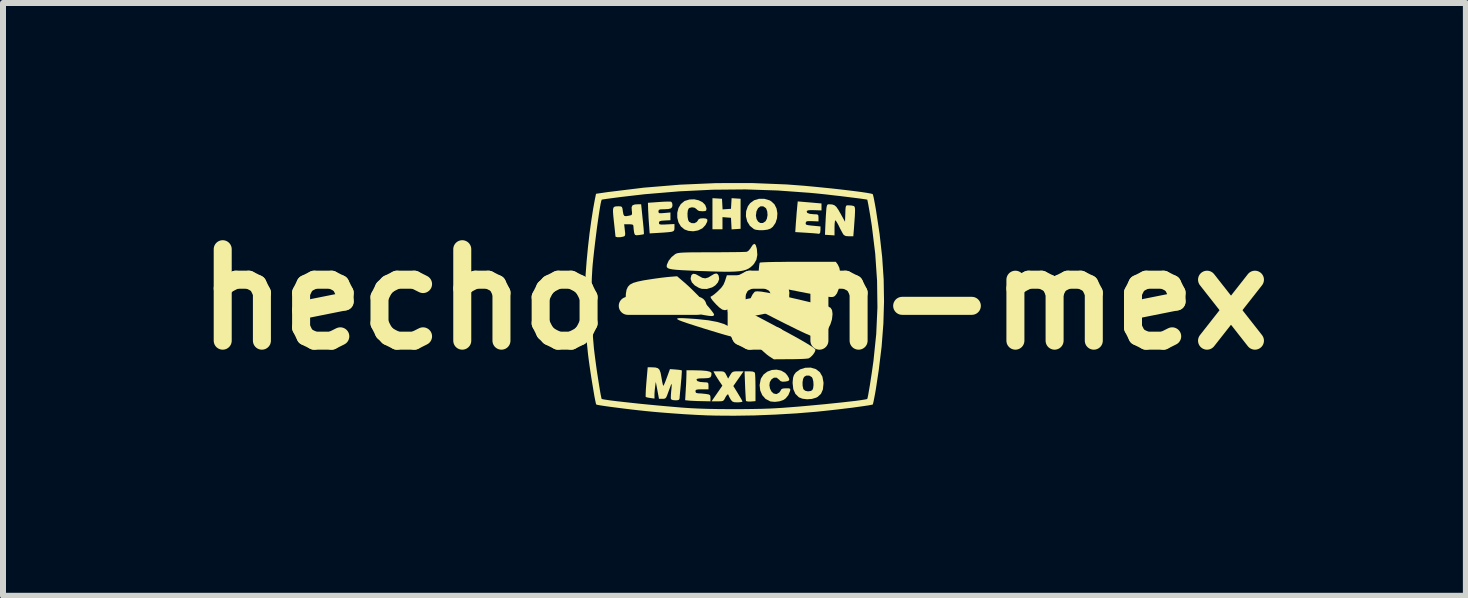
<source format=kicad_pcb>
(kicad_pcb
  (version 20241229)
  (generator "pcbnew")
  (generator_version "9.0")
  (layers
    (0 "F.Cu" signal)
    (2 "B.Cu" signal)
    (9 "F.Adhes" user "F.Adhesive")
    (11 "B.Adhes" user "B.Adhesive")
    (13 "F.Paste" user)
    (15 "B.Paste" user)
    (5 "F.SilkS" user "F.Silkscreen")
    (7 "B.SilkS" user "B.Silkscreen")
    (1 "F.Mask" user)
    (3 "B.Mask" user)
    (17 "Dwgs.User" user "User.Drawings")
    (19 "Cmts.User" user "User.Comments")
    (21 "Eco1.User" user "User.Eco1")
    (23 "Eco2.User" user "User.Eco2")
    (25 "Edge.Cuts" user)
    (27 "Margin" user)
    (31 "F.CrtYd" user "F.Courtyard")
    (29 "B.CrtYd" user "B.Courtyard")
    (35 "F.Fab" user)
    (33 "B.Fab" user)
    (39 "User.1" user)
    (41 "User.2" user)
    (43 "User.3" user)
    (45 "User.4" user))
  (footprint "hecho-en-mex"
    (layer "F.Cu")
    (at 9.188 1.937)
    (property "Reference" "hecho-en-mex" (at 0 0 0) (layer "F.SilkS") (effects (font (size 1.524 1.524) (thickness 0.3))))
    (attr board_only exclude_from_pos_files exclude_from_bom)
    (fp_poly (pts (xy -0.287 -1.68) (xy -0.208 -1.675) (xy -0.203 -1.587) (xy -0.198 -1.498) (xy -0.128 -1.503) (xy -0.058 -1.508) (xy -0.053 -1.597) (xy -0.048 -1.685) (xy 0.027 -1.68) (xy 0.102 -1.675) (xy 0.102 -1.175) (xy 0.027 -1.17) (xy -0.048 -1.165) (xy -0.053 -1.262) (xy -0.058 -1.358) (xy -0.2 -1.369) (xy -0.2 -1.167) (xy -0.367 -1.167) (xy -0.367 -1.685)) (stroke (width 0) (type solid)) (fill yes) (layer "F.SilkS"))
    (fp_poly (pts (xy 0.305 1.204) (xy 0.334 1.217) (xy 0.34 1.226) (xy 0.344 1.252) (xy 0.347 1.304) (xy 0.349 1.376) (xy 0.35 1.459) (xy 0.35 1.475) (xy 0.35 1.697) (xy 0.273 1.703) (xy 0.226 1.703) (xy 0.196 1.697) (xy 0.191 1.692) (xy 0.189 1.67) (xy 0.186 1.621) (xy 0.182 1.552) (xy 0.178 1.469) (xy 0.177 1.438) (xy 0.168 1.2) (xy 0.249 1.2)) (stroke (width 0) (type solid)) (fill yes) (layer "F.SilkS"))
    (fp_poly (pts (xy -0.278 -0.417) (xy -0.263 -0.391) (xy -0.255 -0.337) (xy -0.276 -0.281) (xy -0.32 -0.231) (xy -0.371 -0.199) (xy -0.461 -0.172) (xy -0.544 -0.174) (xy -0.592 -0.19) (xy -0.663 -0.232) (xy -0.71 -0.282) (xy -0.73 -0.336) (xy -0.73 -0.353) (xy -0.717 -0.404) (xy -0.689 -0.425) (xy -0.646 -0.419) (xy -0.599 -0.393) (xy -0.537 -0.358) (xy -0.487 -0.349) (xy -0.437 -0.363) (xy -0.393 -0.39) (xy -0.339 -0.422) (xy -0.303 -0.431)) (stroke (width 0) (type solid)) (fill yes) (layer "F.SilkS"))
    (fp_poly (pts (xy -0.861 0.314) (xy -0.772 0.319) (xy -0.654 0.327) (xy -0.608 0.331) (xy -0.433 0.35) (xy -0.288 0.377) (xy -0.173 0.412) (xy -0.085 0.457) (xy -0.023 0.511) (xy 0.007 0.558) (xy 0.024 0.597) (xy 0.033 0.621) (xy 0.033 0.623) (xy 0.028 0.63) (xy 0.009 0.632) (xy -0.026 0.626) (xy -0.079 0.614) (xy -0.154 0.594) (xy -0.252 0.565) (xy -0.377 0.527) (xy -0.505 0.488) (xy -0.657 0.44) (xy -0.778 0.401) (xy -0.868 0.37) (xy -0.927 0.347) (xy -0.955 0.33) (xy -0.953 0.319) (xy -0.922 0.314)) (stroke (width 0) (type solid)) (fill yes) (layer "F.SilkS"))
    (fp_poly (pts (xy 0.112 -0.4) (xy 0.16 -0.398) (xy 0.189 -0.392) (xy 0.205 -0.381) (xy 0.215 -0.364) (xy 0.219 -0.354) (xy 0.229 -0.284) (xy 0.214 -0.203) (xy 0.178 -0.116) (xy 0.123 -0.028) (xy 0.053 0.053) (xy -0.03 0.123) (xy -0.049 0.136) (xy -0.109 0.169) (xy -0.158 0.182) (xy -0.204 0.171) (xy -0.253 0.136) (xy -0.306 0.085) (xy -0.362 0.023) (xy -0.393 -0.02) (xy -0.399 -0.043) (xy -0.385 -0.05) (xy -0.366 -0.061) (xy -0.33 -0.088) (xy -0.284 -0.128) (xy -0.277 -0.135) (xy -0.22 -0.192) (xy -0.183 -0.244) (xy -0.158 -0.303) (xy -0.156 -0.31) (xy -0.127 -0.4) (xy 0.037 -0.4)) (stroke (width 0) (type solid)) (fill yes) (layer "F.SilkS"))
    (fp_poly (pts (xy 1.721 -0.58) (xy 1.748 -0.523) (xy 1.762 -0.444) (xy 1.764 -0.353) (xy 1.756 -0.26) (xy 1.737 -0.173) (xy 1.709 -0.102) (xy 1.683 -0.066) (xy 1.668 -0.052) (xy 1.651 -0.043) (xy 1.629 -0.038) (xy 1.596 -0.038) (xy 1.547 -0.044) (xy 1.478 -0.054) (xy 1.385 -0.07) (xy 1.309 -0.084) (xy 1.201 -0.104) (xy 1.073 -0.129) (xy 0.936 -0.156) (xy 0.803 -0.184) (xy 0.72 -0.202) (xy 0.397 -0.273) (xy 0.403 -0.435) (xy 0.406 -0.506) (xy 0.412 -0.564) (xy 0.418 -0.602) (xy 0.422 -0.611) (xy 0.441 -0.614) (xy 0.49 -0.617) (xy 0.565 -0.62) (xy 0.662 -0.622) (xy 0.777 -0.623) (xy 0.907 -0.625) (xy 1.047 -0.625) (xy 1.062 -0.625) (xy 1.688 -0.625)) (stroke (width 0) (type solid)) (fill yes) (layer "F.SilkS"))
    (fp_poly (pts (xy 0.608 0.406) (xy 0.799 0.509) (xy 0.962 0.597) (xy 1.095 0.671) (xy 1.2 0.732) (xy 1.277 0.78) (xy 1.326 0.815) (xy 1.348 0.837) (xy 1.35 0.841) (xy 1.338 0.878) (xy 1.309 0.922) (xy 1.271 0.961) (xy 1.236 0.984) (xy 1.233 0.985) (xy 1.203 0.989) (xy 1.146 0.993) (xy 1.069 0.996) (xy 0.979 0.998) (xy 0.924 0.998) (xy 0.656 1) (xy 0.574 0.947) (xy 0.536 0.918) (xy 0.481 0.87) (xy 0.414 0.808) (xy 0.339 0.737) (xy 0.261 0.662) (xy 0.185 0.587) (xy 0.117 0.517) (xy 0.061 0.457) (xy 0.022 0.412) (xy 0.009 0.395) (xy -0.008 0.366) (xy -0.01 0.344) (xy 0.006 0.315) (xy 0.025 0.291) (xy 0.067 0.246) (xy 0.114 0.211) (xy 0.125 0.205) (xy 0.179 0.179)) (stroke (width 0) (type solid)) (fill yes) (layer "F.SilkS"))
    (fp_poly (pts (xy 0.499 -1.674) (xy 0.585 -1.649) (xy 0.611 -1.634) (xy 0.666 -1.583) (xy 0.701 -1.513) (xy 0.715 -1.433) (xy 0.709 -1.35) (xy 0.684 -1.273) (xy 0.639 -1.208) (xy 0.6 -1.178) (xy 0.552 -1.161) (xy 0.486 -1.152) (xy 0.416 -1.151) (xy 0.354 -1.159) (xy 0.325 -1.169) (xy 0.257 -1.224) (xy 0.212 -1.297) (xy 0.191 -1.381) (xy 0.191 -1.395) (xy 0.357 -1.395) (xy 0.368 -1.337) (xy 0.394 -1.294) (xy 0.43 -1.271) (xy 0.473 -1.271) (xy 0.517 -1.3) (xy 0.54 -1.343) (xy 0.551 -1.403) (xy 0.546 -1.464) (xy 0.528 -1.513) (xy 0.522 -1.52) (xy 0.479 -1.549) (xy 0.434 -1.549) (xy 0.394 -1.521) (xy 0.367 -1.467) (xy 0.366 -1.464) (xy 0.357 -1.395) (xy 0.191 -1.395) (xy 0.194 -1.467) (xy 0.223 -1.55) (xy 0.263 -1.604) (xy 0.329 -1.651) (xy 0.411 -1.675)) (stroke (width 0) (type solid)) (fill yes) (layer "F.SilkS"))
    (fp_poly (pts (xy 1.271 1.138) (xy 1.358 1.164) (xy 1.423 1.215) (xy 1.465 1.288) (xy 1.483 1.384) (xy 1.483 1.408) (xy 1.473 1.503) (xy 1.442 1.574) (xy 1.387 1.625) (xy 1.362 1.639) (xy 1.29 1.66) (xy 1.209 1.666) (xy 1.131 1.656) (xy 1.073 1.633) (xy 1.015 1.576) (xy 0.98 1.497) (xy 0.969 1.399) (xy 0.969 1.382) (xy 1.134 1.382) (xy 1.135 1.44) (xy 1.146 1.491) (xy 1.151 1.501) (xy 1.179 1.524) (xy 1.224 1.534) (xy 1.27 1.528) (xy 1.297 1.513) (xy 1.311 1.48) (xy 1.317 1.428) (xy 1.314 1.371) (xy 1.302 1.321) (xy 1.289 1.297) (xy 1.246 1.271) (xy 1.196 1.271) (xy 1.16 1.293) (xy 1.143 1.328) (xy 1.134 1.382) (xy 0.969 1.382) (xy 0.97 1.368) (xy 0.977 1.304) (xy 0.992 1.26) (xy 1.019 1.223) (xy 1.025 1.216) (xy 1.093 1.168) (xy 1.178 1.141) (xy 1.268 1.138)) (stroke (width 0) (type solid)) (fill yes) (layer "F.SilkS"))
    (fp_poly (pts (xy -0.206 1.201) (xy -0.175 1.209) (xy -0.154 1.228) (xy -0.137 1.26) (xy -0.106 1.321) (xy -0.07 1.26) (xy -0.048 1.226) (xy -0.025 1.208) (xy 0.009 1.201) (xy 0.059 1.2) (xy 0.152 1.2) (xy 0.066 1.323) (xy -0.019 1.445) (xy 0.057 1.568) (xy 0.091 1.625) (xy 0.118 1.671) (xy 0.132 1.699) (xy 0.133 1.704) (xy 0.118 1.711) (xy 0.08 1.716) (xy 0.05 1.717) (xy -0.002 1.715) (xy -0.033 1.704) (xy -0.056 1.68) (xy -0.067 1.663) (xy -0.088 1.624) (xy -0.099 1.599) (xy -0.1 1.596) (xy -0.107 1.582) (xy -0.124 1.593) (xy -0.146 1.625) (xy -0.155 1.642) (xy -0.172 1.674) (xy -0.191 1.692) (xy -0.221 1.699) (xy -0.274 1.7) (xy -0.282 1.7) (xy -0.382 1.7) (xy -0.292 1.57) (xy -0.202 1.439) (xy -0.252 1.365) (xy -0.286 1.313) (xy -0.316 1.264) (xy -0.326 1.246) (xy -0.351 1.2) (xy -0.259 1.2)) (stroke (width 0) (type solid)) (fill yes) (layer "F.SilkS"))
    (fp_poly (pts (xy 1.148 -1.623) (xy 1.22 -1.617) (xy 1.302 -1.61) (xy 1.346 -1.606) (xy 1.45 -1.597) (xy 1.45 -1.481) (xy 1.329 -1.485) (xy 1.264 -1.486) (xy 1.226 -1.482) (xy 1.208 -1.473) (xy 1.203 -1.463) (xy 1.214 -1.439) (xy 1.255 -1.424) (xy 1.325 -1.417) (xy 1.337 -1.417) (xy 1.378 -1.415) (xy 1.396 -1.402) (xy 1.4 -1.369) (xy 1.4 -1.357) (xy 1.4 -1.298) (xy 1.296 -1.302) (xy 1.238 -1.303) (xy 1.206 -1.3) (xy 1.192 -1.289) (xy 1.187 -1.272) (xy 1.187 -1.254) (xy 1.199 -1.242) (xy 1.229 -1.235) (xy 1.283 -1.228) (xy 1.307 -1.226) (xy 1.433 -1.214) (xy 1.433 -1.158) (xy 1.428 -1.11) (xy 1.412 -1.091) (xy 1.392 -1.093) (xy 1.369 -1.096) (xy 1.321 -1.1) (xy 1.254 -1.105) (xy 1.194 -1.109) (xy 1.013 -1.12) (xy 1.023 -1.273) (xy 1.03 -1.356) (xy 1.036 -1.442) (xy 1.043 -1.514) (xy 1.044 -1.528) (xy 1.054 -1.631)) (stroke (width 0) (type solid)) (fill yes) (layer "F.SilkS"))
    (fp_poly (pts (xy 0.778 1.188) (xy 0.844 1.226) (xy 0.879 1.265) (xy 0.908 1.315) (xy 0.913 1.345) (xy 0.892 1.362) (xy 0.846 1.371) (xy 0.797 1.373) (xy 0.766 1.362) (xy 0.744 1.339) (xy 0.703 1.306) (xy 0.658 1.306) (xy 0.617 1.333) (xy 0.589 1.379) (xy 0.582 1.433) (xy 0.592 1.488) (xy 0.616 1.536) (xy 0.651 1.569) (xy 0.695 1.579) (xy 0.706 1.577) (xy 0.748 1.552) (xy 0.767 1.525) (xy 0.781 1.499) (xy 0.806 1.487) (xy 0.851 1.483) (xy 0.86 1.483) (xy 0.906 1.484) (xy 0.927 1.491) (xy 0.93 1.509) (xy 0.926 1.529) (xy 0.897 1.598) (xy 0.85 1.654) (xy 0.814 1.678) (xy 0.749 1.7) (xy 0.674 1.709) (xy 0.606 1.703) (xy 0.594 1.7) (xy 0.518 1.66) (xy 0.463 1.598) (xy 0.429 1.519) (xy 0.419 1.43) (xy 0.436 1.337) (xy 0.443 1.317) (xy 0.486 1.252) (xy 0.548 1.205) (xy 0.622 1.178) (xy 0.701 1.172)) (stroke (width 0) (type solid)) (fill yes) (layer "F.SilkS"))
    (fp_poly (pts (xy -1.072 -1.628) (xy -1.055 -1.626) (xy -1.039 -1.605) (xy -1.033 -1.569) (xy -1.039 -1.536) (xy -1.06 -1.515) (xy -1.102 -1.504) (xy -1.17 -1.5) (xy -1.188 -1.5) (xy -1.236 -1.498) (xy -1.259 -1.49) (xy -1.266 -1.472) (xy -1.267 -1.464) (xy -1.264 -1.445) (xy -1.252 -1.435) (xy -1.222 -1.434) (xy -1.167 -1.438) (xy -1.067 -1.447) (xy -1.067 -1.318) (xy -1.163 -1.313) (xy -1.217 -1.309) (xy -1.246 -1.301) (xy -1.257 -1.287) (xy -1.258 -1.275) (xy -1.256 -1.258) (xy -1.244 -1.249) (xy -1.215 -1.245) (xy -1.164 -1.246) (xy -1.129 -1.248) (xy -1 -1.254) (xy -1 -1.194) (xy -1.001 -1.166) (xy -1.007 -1.147) (xy -1.022 -1.133) (xy -1.053 -1.124) (xy -1.104 -1.118) (xy -1.18 -1.112) (xy -1.244 -1.108) (xy -1.413 -1.098) (xy -1.425 -1.261) (xy -1.431 -1.345) (xy -1.435 -1.427) (xy -1.439 -1.496) (xy -1.439 -1.517) (xy -1.442 -1.608) (xy -1.259 -1.621) (xy -1.183 -1.626) (xy -1.118 -1.628)) (stroke (width 0) (type solid)) (fill yes) (layer "F.SilkS"))
    (fp_poly (pts (xy -0.597 -1.65) (xy -0.534 -1.619) (xy -0.488 -1.573) (xy -0.467 -1.517) (xy -0.467 -1.505) (xy -0.471 -1.481) (xy -0.489 -1.47) (xy -0.53 -1.467) (xy -0.538 -1.467) (xy -0.591 -1.472) (xy -0.622 -1.49) (xy -0.629 -1.5) (xy -0.662 -1.525) (xy -0.708 -1.533) (xy -0.752 -1.522) (xy -0.763 -1.513) (xy -0.777 -1.481) (xy -0.783 -1.43) (xy -0.781 -1.372) (xy -0.772 -1.322) (xy -0.757 -1.293) (xy -0.715 -1.269) (xy -0.667 -1.268) (xy -0.628 -1.289) (xy -0.614 -1.308) (xy -0.596 -1.335) (xy -0.567 -1.347) (xy -0.522 -1.35) (xy -0.473 -1.345) (xy -0.451 -1.327) (xy -0.455 -1.292) (xy -0.483 -1.238) (xy -0.484 -1.236) (xy -0.534 -1.183) (xy -0.605 -1.148) (xy -0.687 -1.133) (xy -0.77 -1.141) (xy -0.833 -1.164) (xy -0.893 -1.214) (xy -0.933 -1.281) (xy -0.953 -1.36) (xy -0.953 -1.443) (xy -0.933 -1.521) (xy -0.893 -1.588) (xy -0.833 -1.637) (xy -0.826 -1.64) (xy -0.75 -1.663) (xy -0.671 -1.666)) (stroke (width 0) (type solid)) (fill yes) (layer "F.SilkS"))
    (fp_poly (pts (xy 0.446 -0.128) (xy 0.539 -0.113) (xy 0.662 -0.089) (xy 0.815 -0.056) (xy 0.999 -0.013) (xy 1.009 -0.011) (xy 1.124 0.016) (xy 1.233 0.042) (xy 1.331 0.065) (xy 1.412 0.083) (xy 1.47 0.096) (xy 1.487 0.1) (xy 1.558 0.118) (xy 1.602 0.142) (xy 1.625 0.179) (xy 1.633 0.234) (xy 1.633 0.257) (xy 1.624 0.336) (xy 1.598 0.418) (xy 1.559 0.496) (xy 1.512 0.564) (xy 1.461 0.616) (xy 1.41 0.645) (xy 1.383 0.649) (xy 1.359 0.642) (xy 1.311 0.624) (xy 1.248 0.598) (xy 1.192 0.574) (xy 1.129 0.545) (xy 1.043 0.504) (xy 0.941 0.453) (xy 0.829 0.398) (xy 0.713 0.339) (xy 0.642 0.303) (xy 0.524 0.242) (xy 0.432 0.194) (xy 0.364 0.157) (xy 0.316 0.128) (xy 0.284 0.106) (xy 0.265 0.088) (xy 0.256 0.073) (xy 0.253 0.063) (xy 0.258 0.019) (xy 0.277 -0.034) (xy 0.303 -0.084) (xy 0.332 -0.12) (xy 0.345 -0.129) (xy 0.381 -0.133)) (stroke (width 0) (type solid)) (fill yes) (layer "F.SilkS"))
    (fp_poly (pts (xy 1.629 -1.58) (xy 1.666 -1.567) (xy 1.698 -1.539) (xy 1.731 -1.491) (xy 1.767 -1.428) (xy 1.842 -1.292) (xy 1.847 -1.429) (xy 1.849 -1.497) (xy 1.853 -1.537) (xy 1.861 -1.558) (xy 1.875 -1.566) (xy 1.897 -1.566) (xy 1.946 -1.563) (xy 1.978 -1.557) (xy 1.991 -1.552) (xy 2 -1.543) (xy 2.006 -1.525) (xy 2.009 -1.494) (xy 2.008 -1.447) (xy 2.005 -1.379) (xy 1.998 -1.285) (xy 1.99 -1.171) (xy 1.98 -1.05) (xy 1.907 -1.05) (xy 1.855 -1.054) (xy 1.824 -1.07) (xy 1.81 -1.087) (xy 1.79 -1.123) (xy 1.762 -1.175) (xy 1.74 -1.221) (xy 1.714 -1.27) (xy 1.692 -1.305) (xy 1.68 -1.317) (xy 1.674 -1.301) (xy 1.669 -1.261) (xy 1.667 -1.203) (xy 1.667 -1.191) (xy 1.667 -1.065) (xy 1.587 -1.07) (xy 1.508 -1.075) (xy 1.513 -1.2) (xy 1.517 -1.285) (xy 1.522 -1.38) (xy 1.527 -1.454) (xy 1.532 -1.519) (xy 1.539 -1.557) (xy 1.548 -1.576) (xy 1.564 -1.583) (xy 1.581 -1.583)) (stroke (width 0) (type solid)) (fill yes) (layer "F.SilkS"))
    (fp_poly (pts (xy -0.832 -0.278) (xy -0.767 -0.22) (xy -0.696 -0.152) (xy -0.622 -0.078) (xy -0.55 -0.003) (xy -0.483 0.07) (xy -0.424 0.137) (xy -0.379 0.193) (xy -0.349 0.234) (xy -0.339 0.257) (xy -0.339 0.258) (xy -0.347 0.271) (xy -0.362 0.278) (xy -0.388 0.279) (xy -0.431 0.275) (xy -0.495 0.265) (xy -0.586 0.248) (xy -0.625 0.24) (xy -0.711 0.224) (xy -0.813 0.206) (xy -0.927 0.187) (xy -1.047 0.167) (xy -1.168 0.148) (xy -1.286 0.13) (xy -1.394 0.113) (xy -1.488 0.1) (xy -1.562 0.09) (xy -1.612 0.084) (xy -1.627 0.083) (xy -1.675 0.091) (xy -1.709 0.108) (xy -1.752 0.128) (xy -1.781 0.133) (xy -1.799 0.132) (xy -1.811 0.124) (xy -1.816 0.102) (xy -1.817 0.061) (xy -1.815 -0.006) (xy -1.814 -0.015) (xy -1.809 -0.097) (xy -1.798 -0.16) (xy -1.776 -0.208) (xy -1.741 -0.245) (xy -1.688 -0.273) (xy -1.613 -0.295) (xy -1.512 -0.316) (xy -1.41 -0.332) (xy -1.316 -0.346) (xy -1.22 -0.359) (xy -1.134 -0.369) (xy -1.082 -0.374) (xy -0.956 -0.384)) (stroke (width 0) (type solid)) (fill yes) (layer "F.SilkS"))
    (fp_poly (pts (xy -0.553 1.186) (xy -0.469 1.193) (xy -0.414 1.205) (xy -0.387 1.222) (xy -0.383 1.234) (xy -0.387 1.275) (xy -0.402 1.3) (xy -0.436 1.312) (xy -0.494 1.316) (xy -0.518 1.317) (xy -0.583 1.318) (xy -0.619 1.324) (xy -0.633 1.336) (xy -0.633 1.34) (xy -0.618 1.363) (xy -0.572 1.377) (xy -0.5 1.383) (xy -0.496 1.383) (xy -0.455 1.385) (xy -0.437 1.398) (xy -0.433 1.43) (xy -0.433 1.442) (xy -0.433 1.5) (xy -0.542 1.5) (xy -0.6 1.501) (xy -0.633 1.506) (xy -0.647 1.516) (xy -0.65 1.533) (xy -0.642 1.558) (xy -0.611 1.566) (xy -0.602 1.567) (xy -0.556 1.569) (xy -0.497 1.575) (xy -0.477 1.577) (xy -0.43 1.585) (xy -0.408 1.597) (xy -0.401 1.621) (xy -0.4 1.644) (xy -0.4 1.7) (xy -0.546 1.697) (xy -0.622 1.695) (xy -0.693 1.692) (xy -0.747 1.689) (xy -0.757 1.688) (xy -0.822 1.681) (xy -0.811 1.495) (xy -0.806 1.412) (xy -0.803 1.335) (xy -0.801 1.275) (xy -0.8 1.246) (xy -0.8 1.183) (xy -0.669 1.183)) (stroke (width 0) (type solid)) (fill yes) (layer "F.SilkS"))
    (fp_poly (pts (xy 0.354 -0.905) (xy 0.37 -0.852) (xy 0.373 -0.839) (xy 0.381 -0.74) (xy 0.365 -0.659) (xy 0.325 -0.59) (xy 0.302 -0.565) (xy 0.27 -0.536) (xy 0.235 -0.512) (xy 0.194 -0.493) (xy 0.144 -0.478) (xy 0.081 -0.468) (xy 0.003 -0.462) (xy -0.095 -0.459) (xy -0.215 -0.46) (xy -0.36 -0.464) (xy -0.535 -0.47) (xy -0.602 -0.472) (xy -0.751 -0.479) (xy -0.87 -0.485) (xy -0.962 -0.491) (xy -1.03 -0.498) (xy -1.078 -0.507) (xy -1.108 -0.518) (xy -1.124 -0.532) (xy -1.13 -0.549) (xy -1.127 -0.571) (xy -1.125 -0.58) (xy -1.097 -0.642) (xy -1.048 -0.704) (xy -0.99 -0.751) (xy -0.974 -0.76) (xy -0.955 -0.767) (xy -0.929 -0.772) (xy -0.894 -0.776) (xy -0.844 -0.779) (xy -0.777 -0.781) (xy -0.688 -0.783) (xy -0.575 -0.783) (xy -0.433 -0.784) (xy -0.381 -0.784) (xy -0.247 -0.784) (xy -0.123 -0.785) (xy -0.012 -0.786) (xy 0.081 -0.787) (xy 0.152 -0.789) (xy 0.196 -0.791) (xy 0.209 -0.793) (xy 0.238 -0.813) (xy 0.268 -0.851) (xy 0.275 -0.863) (xy 0.307 -0.91) (xy 0.333 -0.924)) (stroke (width 0) (type solid)) (fill yes) (layer "F.SilkS"))
    (fp_poly (pts (xy -1.53 -1.337) (xy -1.521 -1.251) (xy -1.514 -1.177) (xy -1.51 -1.121) (xy -1.509 -1.09) (xy -1.509 -1.086) (xy -1.528 -1.08) (xy -1.568 -1.074) (xy -1.588 -1.071) (xy -1.634 -1.067) (xy -1.657 -1.074) (xy -1.668 -1.096) (xy -1.673 -1.117) (xy -1.68 -1.168) (xy -1.683 -1.21) (xy -1.687 -1.235) (xy -1.702 -1.246) (xy -1.74 -1.25) (xy -1.76 -1.25) (xy -1.838 -1.25) (xy -1.827 -1.152) (xy -1.821 -1.097) (xy -1.823 -1.067) (xy -1.833 -1.052) (xy -1.854 -1.044) (xy -1.902 -1.035) (xy -1.947 -1.034) (xy -1.977 -1.041) (xy -1.983 -1.048) (xy -1.985 -1.07) (xy -1.99 -1.118) (xy -1.997 -1.186) (xy -2.006 -1.267) (xy -2.009 -1.293) (xy -2.019 -1.39) (xy -2.024 -1.459) (xy -2.023 -1.504) (xy -2.014 -1.531) (xy -1.994 -1.545) (xy -1.964 -1.549) (xy -1.931 -1.55) (xy -1.895 -1.548) (xy -1.876 -1.538) (xy -1.866 -1.511) (xy -1.86 -1.467) (xy -1.851 -1.416) (xy -1.836 -1.39) (xy -1.806 -1.385) (xy -1.753 -1.394) (xy -1.721 -1.402) (xy -1.708 -1.416) (xy -1.707 -1.448) (xy -1.711 -1.479) (xy -1.714 -1.534) (xy -1.699 -1.566) (xy -1.661 -1.58) (xy -1.615 -1.583) (xy -1.555 -1.583)) (stroke (width 0) (type solid)) (fill yes) (layer "F.SilkS"))
    (fp_poly (pts (xy -1.319 1.136) (xy -1.276 1.148) (xy -1.249 1.175) (xy -1.231 1.224) (xy -1.217 1.299) (xy -1.216 1.307) (xy -1.205 1.37) (xy -1.195 1.417) (xy -1.187 1.441) (xy -1.185 1.442) (xy -1.175 1.425) (xy -1.157 1.384) (xy -1.135 1.326) (xy -1.125 1.3) (xy -1.075 1.163) (xy -0.98 1.17) (xy -0.927 1.175) (xy -0.89 1.181) (xy -0.878 1.184) (xy -0.877 1.203) (xy -0.88 1.248) (xy -0.884 1.313) (xy -0.892 1.393) (xy -0.893 1.408) (xy -0.901 1.492) (xy -0.908 1.565) (xy -0.913 1.621) (xy -0.915 1.652) (xy -0.916 1.654) (xy -0.924 1.674) (xy -0.953 1.682) (xy -0.984 1.683) (xy -1.03 1.679) (xy -1.056 1.666) (xy -1.059 1.663) (xy -1.061 1.636) (xy -1.059 1.588) (xy -1.054 1.526) (xy -1.053 1.521) (xy -1.048 1.465) (xy -1.046 1.425) (xy -1.048 1.41) (xy -1.049 1.41) (xy -1.059 1.429) (xy -1.075 1.472) (xy -1.096 1.528) (xy -1.1 1.539) (xy -1.122 1.599) (xy -1.138 1.635) (xy -1.155 1.652) (xy -1.178 1.658) (xy -1.2 1.658) (xy -1.258 1.658) (xy -1.284 1.517) (xy -1.311 1.375) (xy -1.322 1.456) (xy -1.329 1.519) (xy -1.333 1.579) (xy -1.333 1.596) (xy -1.333 1.654) (xy -1.401 1.645) (xy -1.446 1.637) (xy -1.475 1.629) (xy -1.479 1.627) (xy -1.48 1.608) (xy -1.479 1.562) (xy -1.476 1.495) (xy -1.47 1.413) (xy -1.467 1.376) (xy -1.446 1.133) (xy -1.382 1.133)) (stroke (width 0) (type solid)) (fill yes) (layer "F.SilkS"))
    (fp_poly (pts (xy 0.866 -1.914) (xy 1.158 -1.892) (xy 1.308 -1.878) (xy 1.459 -1.863) (xy 1.609 -1.848) (xy 1.754 -1.832) (xy 1.889 -1.816) (xy 2.012 -1.801) (xy 2.118 -1.787) (xy 2.204 -1.774) (xy 2.265 -1.763) (xy 2.299 -1.755) (xy 2.303 -1.753) (xy 2.31 -1.733) (xy 2.321 -1.687) (xy 2.334 -1.619) (xy 2.349 -1.537) (xy 2.357 -1.492) (xy 2.418 -1.088) (xy 2.461 -0.703) (xy 2.486 -0.33) (xy 2.492 0.037) (xy 2.481 0.407) (xy 2.452 0.785) (xy 2.404 1.179) (xy 2.358 1.483) (xy 2.343 1.572) (xy 2.328 1.649) (xy 2.316 1.709) (xy 2.307 1.745) (xy 2.304 1.753) (xy 2.283 1.758) (xy 2.235 1.767) (xy 2.162 1.778) (xy 2.069 1.791) (xy 1.962 1.806) (xy 1.844 1.82) (xy 1.721 1.835) (xy 1.596 1.849) (xy 1.474 1.862) (xy 1.36 1.874) (xy 1.358 1.874) (xy 1.028 1.901) (xy 0.682 1.921) (xy 0.334 1.935) (xy -0.005 1.94) (xy -0.3 1.938) (xy -0.456 1.934) (xy -0.635 1.926) (xy -0.829 1.915) (xy -1.027 1.901) (xy -1.221 1.886) (xy -1.358 1.874) (xy -1.471 1.863) (xy -1.593 1.85) (xy -1.717 1.836) (xy -1.84 1.821) (xy -1.958 1.806) (xy -2.066 1.792) (xy -2.159 1.779) (xy -2.232 1.768) (xy -2.282 1.759) (xy -2.303 1.753) (xy -2.303 1.753) (xy -2.31 1.733) (xy -2.32 1.685) (xy -2.334 1.614) (xy -2.349 1.525) (xy -2.366 1.423) (xy -2.384 1.313) (xy -2.401 1.201) (xy -2.417 1.091) (xy -2.431 0.988) (xy -2.441 0.908) (xy -2.458 0.742) (xy -2.472 0.561) (xy -2.483 0.372) (xy -2.491 0.186) (xy -2.495 0.011) (xy -2.494 -0.145) (xy -2.493 -0.167) (xy -2.381 -0.167) (xy -2.381 0.033) (xy -2.377 0.24) (xy -2.368 0.445) (xy -2.357 0.641) (xy -2.342 0.818) (xy -2.334 0.883) (xy -2.322 0.979) (xy -2.308 1.084) (xy -2.293 1.193) (xy -2.276 1.302) (xy -2.26 1.405) (xy -2.245 1.498) (xy -2.232 1.574) (xy -2.221 1.629) (xy -2.214 1.657) (xy -2.212 1.66) (xy -2.192 1.666) (xy -2.142 1.674) (xy -2.066 1.685) (xy -1.97 1.697) (xy -1.855 1.71) (xy -1.728 1.724) (xy -1.59 1.739) (xy -1.447 1.753) (xy -1.302 1.767) (xy -1.158 1.78) (xy -1.021 1.792) (xy -0.894 1.803) (xy -0.781 1.811) (xy -0.717 1.815) (xy -0.586 1.821) (xy -0.43 1.826) (xy -0.257 1.829) (xy -0.074 1.83) (xy 0.11 1.83) (xy 0.29 1.828) (xy 0.455 1.825) (xy 0.6 1.82) (xy 0.675 1.816) (xy 0.792 1.809) (xy 0.923 1.799) (xy 1.064 1.788) (xy 1.212 1.775) (xy 1.362 1.761) (xy 1.512 1.747) (xy 1.656 1.732) (xy 1.792 1.718) (xy 1.915 1.704) (xy 2.022 1.692) (xy 2.108 1.68) (xy 2.171 1.67) (xy 2.206 1.663) (xy 2.212 1.66) (xy 2.218 1.641) (xy 2.228 1.594) (xy 2.24 1.524) (xy 2.255 1.438) (xy 2.27 1.341) (xy 2.286 1.237) (xy 2.301 1.132) (xy 2.315 1.032) (xy 2.316 1.025) (xy 2.362 0.579) (xy 2.382 0.136) (xy 2.376 -0.309) (xy 2.345 -0.762) (xy 2.288 -1.228) (xy 2.26 -1.406) (xy 2.245 -1.492) (xy 2.232 -1.567) (xy 2.221 -1.623) (xy 2.214 -1.655) (xy 2.213 -1.66) (xy 2.194 -1.664) (xy 2.147 -1.671) (xy 2.077 -1.681) (xy 1.988 -1.692) (xy 1.884 -1.705) (xy 1.771 -1.719) (xy 1.654 -1.732) (xy 1.536 -1.746) (xy 1.424 -1.758) (xy 1.321 -1.768) (xy 1.258 -1.774) (xy 0.721 -1.813) (xy 0.182 -1.831) (xy -0.363 -1.826) (xy -0.92 -1.799) (xy -1.493 -1.751) (xy -1.866 -1.708) (xy -1.968 -1.695) (xy -2.059 -1.683) (xy -2.133 -1.673) (xy -2.185 -1.665) (xy -2.21 -1.661) (xy -2.212 -1.66) (xy -2.22 -1.638) (xy -2.231 -1.588) (xy -2.244 -1.513) (xy -2.259 -1.418) (xy -2.275 -1.308) (xy -2.292 -1.187) (xy -2.308 -1.06) (xy -2.324 -0.931) (xy -2.339 -0.804) (xy -2.352 -0.684) (xy -2.363 -0.576) (xy -2.368 -0.511) (xy -2.377 -0.352) (xy -2.381 -0.167) (xy -2.493 -0.167) (xy -2.492 -0.208) (xy -2.48 -0.418) (xy -2.463 -0.641) (xy -2.441 -0.87) (xy -2.415 -1.097) (xy -2.385 -1.314) (xy -2.354 -1.512) (xy -2.328 -1.655) (xy -2.307 -1.758) (xy -2.116 -1.786) (xy -1.512 -1.86) (xy -0.906 -1.91) (xy -0.304 -1.936) (xy 0.288 -1.937)) (stroke (width 0) (type solid)) (fill yes) (layer "F.SilkS")))
  (gr_rect
    (start -3 -3)
    (end 21.375 6.877)
    (stroke (width 0.1) (type default))
    (fill no)
    (layer "Edge.Cuts")))
</source>
